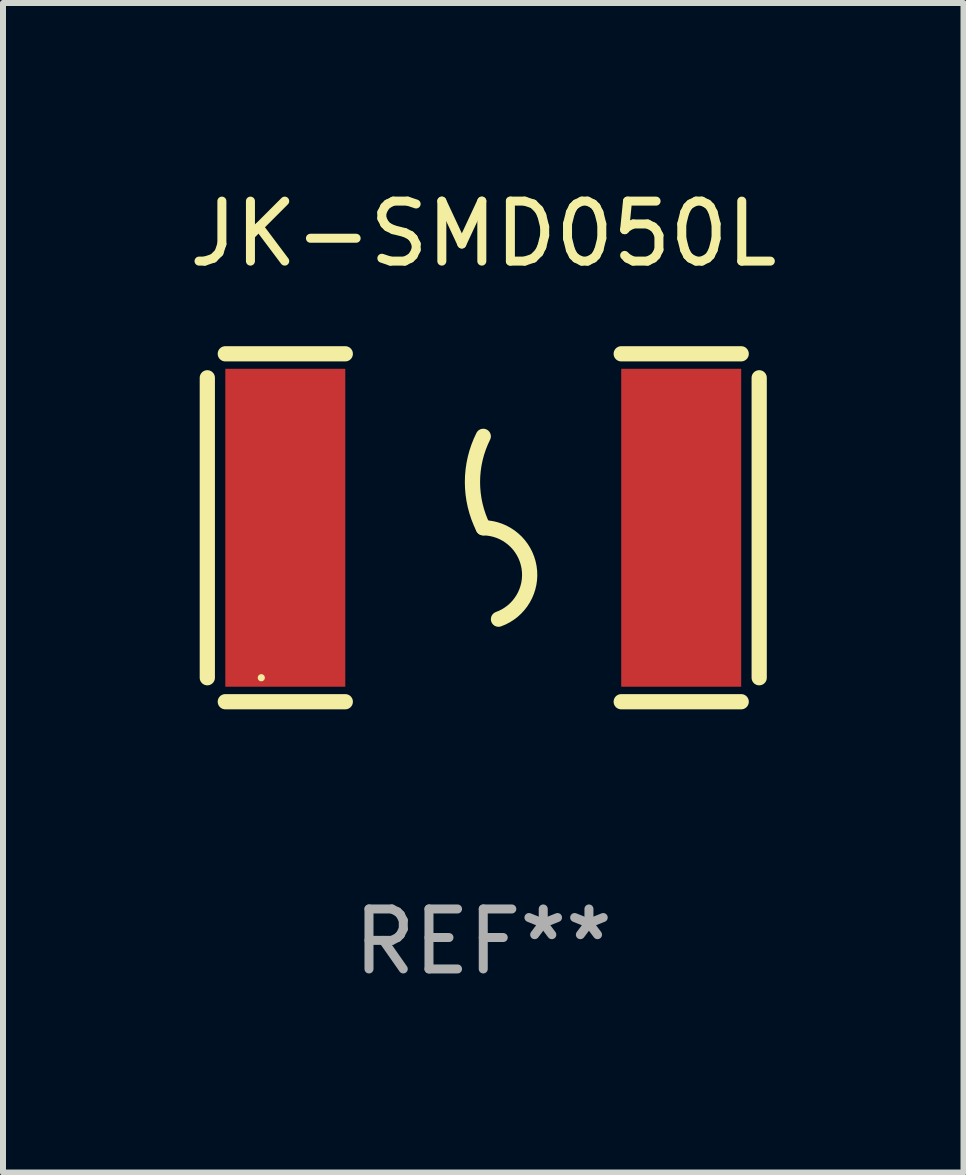
<source format=kicad_pcb>
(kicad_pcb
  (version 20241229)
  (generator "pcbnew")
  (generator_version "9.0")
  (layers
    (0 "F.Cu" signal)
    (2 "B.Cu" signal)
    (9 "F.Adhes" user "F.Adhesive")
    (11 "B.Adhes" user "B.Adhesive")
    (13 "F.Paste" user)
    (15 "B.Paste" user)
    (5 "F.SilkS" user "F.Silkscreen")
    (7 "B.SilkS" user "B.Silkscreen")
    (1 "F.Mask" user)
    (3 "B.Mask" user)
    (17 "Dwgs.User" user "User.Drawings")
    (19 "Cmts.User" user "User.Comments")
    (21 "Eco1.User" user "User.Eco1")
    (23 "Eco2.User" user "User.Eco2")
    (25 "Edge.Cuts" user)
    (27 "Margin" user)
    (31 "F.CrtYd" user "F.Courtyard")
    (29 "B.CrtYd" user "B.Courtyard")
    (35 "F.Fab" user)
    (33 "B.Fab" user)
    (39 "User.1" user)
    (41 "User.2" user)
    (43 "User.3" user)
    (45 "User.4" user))
  (footprint "JK-SMD050L"
    (layer "F.Cu")
    (at 5.006 5.748)
    (property "Reference" "JK-SMD050L" (at 0 -4.9 0) (layer "F.SilkS") (effects (font (size 1 1) (thickness 0.15))))
    (attr through_hole)
    (fp_line (start -4.6 -2.5) (end -4.6 2.5) (stroke (width 0.254) (type solid)) (layer "F.SilkS"))
    (fp_line (start -4.3 -2.9) (end -2.3 -2.9) (stroke (width 0.254) (type solid)) (layer "F.SilkS"))
    (fp_line (start -4.3 2.9) (end -2.3 2.9) (stroke (width 0.254) (type solid)) (layer "F.SilkS"))
    (fp_line (start 2.3 -2.9) (end 4.3 -2.9) (stroke (width 0.254) (type solid)) (layer "F.SilkS"))
    (fp_line (start 2.3 2.9) (end 4.3 2.9) (stroke (width 0.254) (type solid)) (layer "F.SilkS"))
    (fp_line (start 4.6 -2.5) (end 4.6 2.5) (stroke (width 0.254) (type solid)) (layer "F.SilkS"))
    (fp_arc (start 0 0) (mid -0.179884 -0.762002) (end 0 -1.524003) (stroke (width 0.254001) (type solid)) (layer "F.SilkS"))
    (fp_arc (start 0 0) (mid 0.763086 0.655987) (end 0.254001 1.524003) (stroke (width 0.254001) (type solid)) (layer "F.SilkS"))
    (fp_circle (center -3.7 2.5) (end -3.67 2.5) (stroke (width 0.06) (type solid)) (fill no) (layer "F.SilkS"))
    (fp_text user "REF**" (at 0 6.9 0) (layer "F.Fab") (effects (font (size 1 1) (thickness 0.15))))
    (pad "1" smd rect (at -3.3 0) (size 2 5.3) (layers "F.Cu" "F.Mask" "F.Paste"))
    (pad "2" smd rect (at 3.3 0) (size 2 5.3) (layers "F.Cu" "F.Mask" "F.Paste")))
  (gr_rect
    (start -3 -3)
    (end 13.012 16.497)
    (stroke (width 0.1) (type default))
    (fill no)
    (layer "Edge.Cuts")))
</source>
